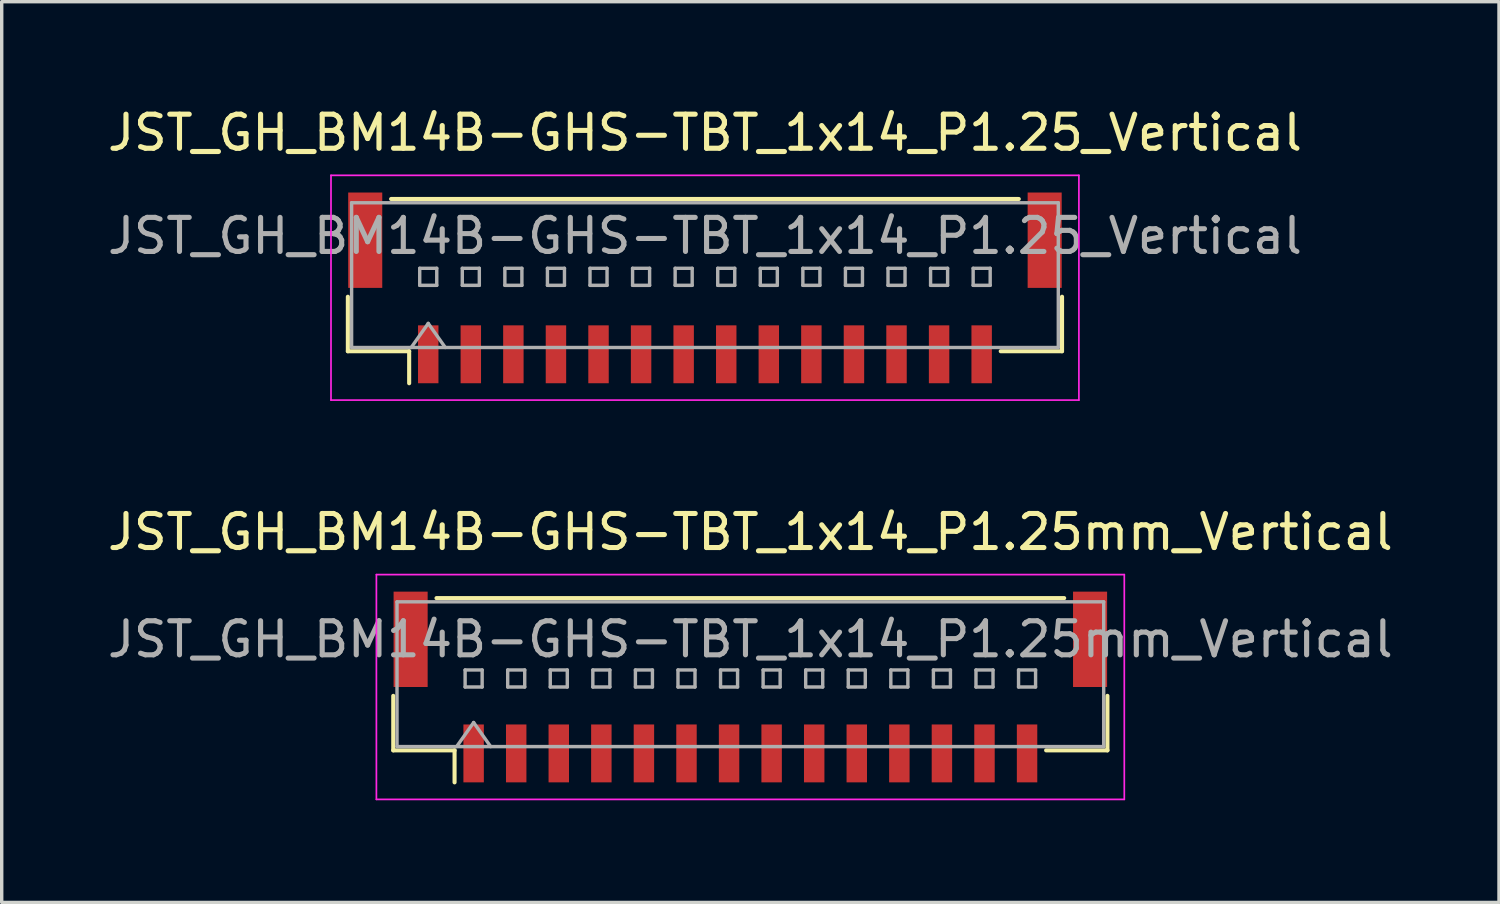
<source format=kicad_pcb>
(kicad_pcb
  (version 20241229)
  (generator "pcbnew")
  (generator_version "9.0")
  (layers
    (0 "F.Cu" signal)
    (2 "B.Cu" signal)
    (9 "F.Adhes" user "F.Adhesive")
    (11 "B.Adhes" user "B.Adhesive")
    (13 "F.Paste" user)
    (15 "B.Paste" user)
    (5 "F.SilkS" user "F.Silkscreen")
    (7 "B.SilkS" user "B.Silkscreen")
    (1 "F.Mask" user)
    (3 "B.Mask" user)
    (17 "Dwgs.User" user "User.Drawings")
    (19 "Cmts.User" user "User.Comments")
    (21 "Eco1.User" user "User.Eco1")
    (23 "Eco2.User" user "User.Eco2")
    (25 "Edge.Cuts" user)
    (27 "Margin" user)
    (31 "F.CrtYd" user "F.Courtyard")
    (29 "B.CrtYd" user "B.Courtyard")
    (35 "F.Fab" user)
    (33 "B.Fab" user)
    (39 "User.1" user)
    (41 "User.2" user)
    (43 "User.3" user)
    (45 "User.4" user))
  (footprint "JST_GH_BM14B-GHS-TBT_1x14_P1.25mm_Vertical"
    (layer "F.Cu")
    (at 18.982 17.122)
    (property "Reference" "JST_GH_BM14B-GHS-TBT_1x14_P1.25mm_Vertical" (at 0 -4.55 0) (layer "F.SilkS") (effects (font (size 1 1) (thickness 0.15))))
    (attr smd)
    (fp_line (start -10.485 0.26) (end -10.485 1.86) (stroke (width 0.12) (type solid)) (layer "F.SilkS"))
    (fp_line (start -10.485 1.86) (end -8.685 1.86) (stroke (width 0.12) (type solid)) (layer "F.SilkS"))
    (fp_line (start -9.215 -2.61) (end 9.215 -2.61) (stroke (width 0.12) (type solid)) (layer "F.SilkS"))
    (fp_line (start -8.685 1.86) (end -8.685 2.8) (stroke (width 0.12) (type solid)) (layer "F.SilkS"))
    (fp_line (start 10.485 0.26) (end 10.485 1.86) (stroke (width 0.12) (type solid)) (layer "F.SilkS"))
    (fp_line (start 10.485 1.86) (end 8.685 1.86) (stroke (width 0.12) (type solid)) (layer "F.SilkS"))
    (fp_line (start -10.98 -3.3) (end -10.98 3.3) (stroke (width 0.05) (type solid)) (layer "F.CrtYd"))
    (fp_line (start -10.98 3.3) (end 10.98 3.3) (stroke (width 0.05) (type solid)) (layer "F.CrtYd"))
    (fp_line (start 10.98 -3.3) (end -10.98 -3.3) (stroke (width 0.05) (type solid)) (layer "F.CrtYd"))
    (fp_line (start 10.98 3.3) (end 10.98 -3.3) (stroke (width 0.05) (type solid)) (layer "F.CrtYd"))
    (fp_line (start -10.375 -2.5) (end -10.375 1.75) (stroke (width 0.1) (type solid)) (layer "F.Fab"))
    (fp_line (start -10.375 1.75) (end 10.375 1.75) (stroke (width 0.1) (type solid)) (layer "F.Fab"))
    (fp_line (start -8.625 1.75) (end -8.125 1.043) (stroke (width 0.1) (type solid)) (layer "F.Fab"))
    (fp_line (start -8.375 -0.5) (end -8.375 0) (stroke (width 0.1) (type solid)) (layer "F.Fab"))
    (fp_line (start -8.375 0) (end -7.875 0) (stroke (width 0.1) (type solid)) (layer "F.Fab"))
    (fp_line (start -8.125 1.043) (end -7.625 1.75) (stroke (width 0.1) (type solid)) (layer "F.Fab"))
    (fp_line (start -7.875 -0.5) (end -8.375 -0.5) (stroke (width 0.1) (type solid)) (layer "F.Fab"))
    (fp_line (start -7.875 0) (end -7.875 -0.5) (stroke (width 0.1) (type solid)) (layer "F.Fab"))
    (fp_line (start -7.125 -0.5) (end -7.125 0) (stroke (width 0.1) (type solid)) (layer "F.Fab"))
    (fp_line (start -7.125 0) (end -6.625 0) (stroke (width 0.1) (type solid)) (layer "F.Fab"))
    (fp_line (start -6.625 -0.5) (end -7.125 -0.5) (stroke (width 0.1) (type solid)) (layer "F.Fab"))
    (fp_line (start -6.625 0) (end -6.625 -0.5) (stroke (width 0.1) (type solid)) (layer "F.Fab"))
    (fp_line (start -5.875 -0.5) (end -5.875 0) (stroke (width 0.1) (type solid)) (layer "F.Fab"))
    (fp_line (start -5.875 0) (end -5.375 0) (stroke (width 0.1) (type solid)) (layer "F.Fab"))
    (fp_line (start -5.375 -0.5) (end -5.875 -0.5) (stroke (width 0.1) (type solid)) (layer "F.Fab"))
    (fp_line (start -5.375 0) (end -5.375 -0.5) (stroke (width 0.1) (type solid)) (layer "F.Fab"))
    (fp_line (start -4.625 -0.5) (end -4.625 0) (stroke (width 0.1) (type solid)) (layer "F.Fab"))
    (fp_line (start -4.625 0) (end -4.125 0) (stroke (width 0.1) (type solid)) (layer "F.Fab"))
    (fp_line (start -4.125 -0.5) (end -4.625 -0.5) (stroke (width 0.1) (type solid)) (layer "F.Fab"))
    (fp_line (start -4.125 0) (end -4.125 -0.5) (stroke (width 0.1) (type solid)) (layer "F.Fab"))
    (fp_line (start -3.375 -0.5) (end -3.375 0) (stroke (width 0.1) (type solid)) (layer "F.Fab"))
    (fp_line (start -3.375 0) (end -2.875 0) (stroke (width 0.1) (type solid)) (layer "F.Fab"))
    (fp_line (start -2.875 -0.5) (end -3.375 -0.5) (stroke (width 0.1) (type solid)) (layer "F.Fab"))
    (fp_line (start -2.875 0) (end -2.875 -0.5) (stroke (width 0.1) (type solid)) (layer "F.Fab"))
    (fp_line (start -2.125 -0.5) (end -2.125 0) (stroke (width 0.1) (type solid)) (layer "F.Fab"))
    (fp_line (start -2.125 0) (end -1.625 0) (stroke (width 0.1) (type solid)) (layer "F.Fab"))
    (fp_line (start -1.625 -0.5) (end -2.125 -0.5) (stroke (width 0.1) (type solid)) (layer "F.Fab"))
    (fp_line (start -1.625 0) (end -1.625 -0.5) (stroke (width 0.1) (type solid)) (layer "F.Fab"))
    (fp_line (start -0.875 -0.5) (end -0.875 0) (stroke (width 0.1) (type solid)) (layer "F.Fab"))
    (fp_line (start -0.875 0) (end -0.375 0) (stroke (width 0.1) (type solid)) (layer "F.Fab"))
    (fp_line (start -0.375 -0.5) (end -0.875 -0.5) (stroke (width 0.1) (type solid)) (layer "F.Fab"))
    (fp_line (start -0.375 0) (end -0.375 -0.5) (stroke (width 0.1) (type solid)) (layer "F.Fab"))
    (fp_line (start 0.375 -0.5) (end 0.375 0) (stroke (width 0.1) (type solid)) (layer "F.Fab"))
    (fp_line (start 0.375 0) (end 0.875 0) (stroke (width 0.1) (type solid)) (layer "F.Fab"))
    (fp_line (start 0.875 -0.5) (end 0.375 -0.5) (stroke (width 0.1) (type solid)) (layer "F.Fab"))
    (fp_line (start 0.875 0) (end 0.875 -0.5) (stroke (width 0.1) (type solid)) (layer "F.Fab"))
    (fp_line (start 1.625 -0.5) (end 1.625 0) (stroke (width 0.1) (type solid)) (layer "F.Fab"))
    (fp_line (start 1.625 0) (end 2.125 0) (stroke (width 0.1) (type solid)) (layer "F.Fab"))
    (fp_line (start 2.125 -0.5) (end 1.625 -0.5) (stroke (width 0.1) (type solid)) (layer "F.Fab"))
    (fp_line (start 2.125 0) (end 2.125 -0.5) (stroke (width 0.1) (type solid)) (layer "F.Fab"))
    (fp_line (start 2.875 -0.5) (end 2.875 0) (stroke (width 0.1) (type solid)) (layer "F.Fab"))
    (fp_line (start 2.875 0) (end 3.375 0) (stroke (width 0.1) (type solid)) (layer "F.Fab"))
    (fp_line (start 3.375 -0.5) (end 2.875 -0.5) (stroke (width 0.1) (type solid)) (layer "F.Fab"))
    (fp_line (start 3.375 0) (end 3.375 -0.5) (stroke (width 0.1) (type solid)) (layer "F.Fab"))
    (fp_line (start 4.125 -0.5) (end 4.125 0) (stroke (width 0.1) (type solid)) (layer "F.Fab"))
    (fp_line (start 4.125 0) (end 4.625 0) (stroke (width 0.1) (type solid)) (layer "F.Fab"))
    (fp_line (start 4.625 -0.5) (end 4.125 -0.5) (stroke (width 0.1) (type solid)) (layer "F.Fab"))
    (fp_line (start 4.625 0) (end 4.625 -0.5) (stroke (width 0.1) (type solid)) (layer "F.Fab"))
    (fp_line (start 5.375 -0.5) (end 5.375 0) (stroke (width 0.1) (type solid)) (layer "F.Fab"))
    (fp_line (start 5.375 0) (end 5.875 0) (stroke (width 0.1) (type solid)) (layer "F.Fab"))
    (fp_line (start 5.875 -0.5) (end 5.375 -0.5) (stroke (width 0.1) (type solid)) (layer "F.Fab"))
    (fp_line (start 5.875 0) (end 5.875 -0.5) (stroke (width 0.1) (type solid)) (layer "F.Fab"))
    (fp_line (start 6.625 -0.5) (end 6.625 0) (stroke (width 0.1) (type solid)) (layer "F.Fab"))
    (fp_line (start 6.625 0) (end 7.125 0) (stroke (width 0.1) (type solid)) (layer "F.Fab"))
    (fp_line (start 7.125 -0.5) (end 6.625 -0.5) (stroke (width 0.1) (type solid)) (layer "F.Fab"))
    (fp_line (start 7.125 0) (end 7.125 -0.5) (stroke (width 0.1) (type solid)) (layer "F.Fab"))
    (fp_line (start 7.875 -0.5) (end 7.875 0) (stroke (width 0.1) (type solid)) (layer "F.Fab"))
    (fp_line (start 7.875 0) (end 8.375 0) (stroke (width 0.1) (type solid)) (layer "F.Fab"))
    (fp_line (start 8.375 -0.5) (end 7.875 -0.5) (stroke (width 0.1) (type solid)) (layer "F.Fab"))
    (fp_line (start 8.375 0) (end 8.375 -0.5) (stroke (width 0.1) (type solid)) (layer "F.Fab"))
    (fp_line (start 10.375 -2.5) (end -10.375 -2.5) (stroke (width 0.1) (type solid)) (layer "F.Fab"))
    (fp_line (start 10.375 1.75) (end 10.375 -2.5) (stroke (width 0.1) (type solid)) (layer "F.Fab"))
    (fp_text user "${REFERENCE}" (at 0 -1.4 0) (layer "F.Fab") (effects (font (size 1 1) (thickness 0.15))))
    (pad "" smd rect (at -9.975 -1.4) (size 1 2.8) (layers "F.Cu" "F.Mask" "F.Paste"))
    (pad "" smd rect (at 9.975 -1.4) (size 1 2.8) (layers "F.Cu" "F.Mask" "F.Paste"))
    (pad "1" smd rect (at -8.125 1.95) (size 0.6 1.7) (layers "F.Cu" "F.Mask" "F.Paste"))
    (pad "2" smd rect (at -6.875 1.95) (size 0.6 1.7) (layers "F.Cu" "F.Mask" "F.Paste"))
    (pad "3" smd rect (at -5.625 1.95) (size 0.6 1.7) (layers "F.Cu" "F.Mask" "F.Paste"))
    (pad "4" smd rect (at -4.375 1.95) (size 0.6 1.7) (layers "F.Cu" "F.Mask" "F.Paste"))
    (pad "5" smd rect (at -3.125 1.95) (size 0.6 1.7) (layers "F.Cu" "F.Mask" "F.Paste"))
    (pad "6" smd rect (at -1.875 1.95) (size 0.6 1.7) (layers "F.Cu" "F.Mask" "F.Paste"))
    (pad "7" smd rect (at -0.625 1.95) (size 0.6 1.7) (layers "F.Cu" "F.Mask" "F.Paste"))
    (pad "8" smd rect (at 0.625 1.95) (size 0.6 1.7) (layers "F.Cu" "F.Mask" "F.Paste"))
    (pad "9" smd rect (at 1.875 1.95) (size 0.6 1.7) (layers "F.Cu" "F.Mask" "F.Paste"))
    (pad "10" smd rect (at 3.125 1.95) (size 0.6 1.7) (layers "F.Cu" "F.Mask" "F.Paste"))
    (pad "11" smd rect (at 4.375 1.95) (size 0.6 1.7) (layers "F.Cu" "F.Mask" "F.Paste"))
    (pad "12" smd rect (at 5.625 1.95) (size 0.6 1.7) (layers "F.Cu" "F.Mask" "F.Paste"))
    (pad "13" smd rect (at 6.875 1.95) (size 0.6 1.7) (layers "F.Cu" "F.Mask" "F.Paste"))
    (pad "14" smd rect (at 8.125 1.95) (size 0.6 1.7) (layers "F.Cu" "F.Mask" "F.Paste")))
  (footprint "JST_GH_BM14B-GHS-TBT_1x14_P1.25_Vertical"
    (layer "F.Cu")
    (at 17.649 5.678)
    (property "Reference" "JST_GH_BM14B-GHS-TBT_1x14_P1.25_Vertical" (at 0 -4.83 0) (layer "F.SilkS") (effects (font (size 1 1) (thickness 0.15))))
    (attr smd)
    (fp_line (start -10.485 -0.015) (end -10.485 1.585) (stroke (width 0.12) (type solid)) (layer "F.SilkS"))
    (fp_line (start -10.485 1.585) (end -8.685 1.585) (stroke (width 0.12) (type solid)) (layer "F.SilkS"))
    (fp_line (start -9.215 -2.885) (end 9.215 -2.885) (stroke (width 0.12) (type solid)) (layer "F.SilkS"))
    (fp_line (start -8.685 1.585) (end -8.685 2.525) (stroke (width 0.12) (type solid)) (layer "F.SilkS"))
    (fp_line (start 10.485 -0.015) (end 10.485 1.585) (stroke (width 0.12) (type solid)) (layer "F.SilkS"))
    (fp_line (start 10.485 1.585) (end 8.685 1.585) (stroke (width 0.12) (type solid)) (layer "F.SilkS"))
    (fp_line (start -10.98 -3.58) (end -10.98 3.02) (stroke (width 0.05) (type solid)) (layer "F.CrtYd"))
    (fp_line (start -10.98 3.02) (end 10.98 3.02) (stroke (width 0.05) (type solid)) (layer "F.CrtYd"))
    (fp_line (start 10.98 -3.58) (end -10.98 -3.58) (stroke (width 0.05) (type solid)) (layer "F.CrtYd"))
    (fp_line (start 10.98 3.02) (end 10.98 -3.58) (stroke (width 0.05) (type solid)) (layer "F.CrtYd"))
    (fp_line (start -10.375 -2.775) (end -10.375 1.475) (stroke (width 0.1) (type solid)) (layer "F.Fab"))
    (fp_line (start -10.375 1.475) (end 10.375 1.475) (stroke (width 0.1) (type solid)) (layer "F.Fab"))
    (fp_line (start -8.625 1.475) (end -8.125 0.768) (stroke (width 0.1) (type solid)) (layer "F.Fab"))
    (fp_line (start -8.375 -0.85) (end -8.375 -0.35) (stroke (width 0.1) (type solid)) (layer "F.Fab"))
    (fp_line (start -8.375 -0.35) (end -7.875 -0.35) (stroke (width 0.1) (type solid)) (layer "F.Fab"))
    (fp_line (start -8.125 0.768) (end -7.625 1.475) (stroke (width 0.1) (type solid)) (layer "F.Fab"))
    (fp_line (start -7.875 -0.85) (end -8.375 -0.85) (stroke (width 0.1) (type solid)) (layer "F.Fab"))
    (fp_line (start -7.875 -0.35) (end -7.875 -0.85) (stroke (width 0.1) (type solid)) (layer "F.Fab"))
    (fp_line (start -7.125 -0.85) (end -7.125 -0.35) (stroke (width 0.1) (type solid)) (layer "F.Fab"))
    (fp_line (start -7.125 -0.35) (end -6.625 -0.35) (stroke (width 0.1) (type solid)) (layer "F.Fab"))
    (fp_line (start -6.625 -0.85) (end -7.125 -0.85) (stroke (width 0.1) (type solid)) (layer "F.Fab"))
    (fp_line (start -6.625 -0.35) (end -6.625 -0.85) (stroke (width 0.1) (type solid)) (layer "F.Fab"))
    (fp_line (start -5.875 -0.85) (end -5.875 -0.35) (stroke (width 0.1) (type solid)) (layer "F.Fab"))
    (fp_line (start -5.875 -0.35) (end -5.375 -0.35) (stroke (width 0.1) (type solid)) (layer "F.Fab"))
    (fp_line (start -5.375 -0.85) (end -5.875 -0.85) (stroke (width 0.1) (type solid)) (layer "F.Fab"))
    (fp_line (start -5.375 -0.35) (end -5.375 -0.85) (stroke (width 0.1) (type solid)) (layer "F.Fab"))
    (fp_line (start -4.625 -0.85) (end -4.625 -0.35) (stroke (width 0.1) (type solid)) (layer "F.Fab"))
    (fp_line (start -4.625 -0.35) (end -4.125 -0.35) (stroke (width 0.1) (type solid)) (layer "F.Fab"))
    (fp_line (start -4.125 -0.85) (end -4.625 -0.85) (stroke (width 0.1) (type solid)) (layer "F.Fab"))
    (fp_line (start -4.125 -0.35) (end -4.125 -0.85) (stroke (width 0.1) (type solid)) (layer "F.Fab"))
    (fp_line (start -3.375 -0.85) (end -3.375 -0.35) (stroke (width 0.1) (type solid)) (layer "F.Fab"))
    (fp_line (start -3.375 -0.35) (end -2.875 -0.35) (stroke (width 0.1) (type solid)) (layer "F.Fab"))
    (fp_line (start -2.875 -0.85) (end -3.375 -0.85) (stroke (width 0.1) (type solid)) (layer "F.Fab"))
    (fp_line (start -2.875 -0.35) (end -2.875 -0.85) (stroke (width 0.1) (type solid)) (layer "F.Fab"))
    (fp_line (start -2.125 -0.85) (end -2.125 -0.35) (stroke (width 0.1) (type solid)) (layer "F.Fab"))
    (fp_line (start -2.125 -0.35) (end -1.625 -0.35) (stroke (width 0.1) (type solid)) (layer "F.Fab"))
    (fp_line (start -1.625 -0.85) (end -2.125 -0.85) (stroke (width 0.1) (type solid)) (layer "F.Fab"))
    (fp_line (start -1.625 -0.35) (end -1.625 -0.85) (stroke (width 0.1) (type solid)) (layer "F.Fab"))
    (fp_line (start -0.875 -0.85) (end -0.875 -0.35) (stroke (width 0.1) (type solid)) (layer "F.Fab"))
    (fp_line (start -0.875 -0.35) (end -0.375 -0.35) (stroke (width 0.1) (type solid)) (layer "F.Fab"))
    (fp_line (start -0.375 -0.85) (end -0.875 -0.85) (stroke (width 0.1) (type solid)) (layer "F.Fab"))
    (fp_line (start -0.375 -0.35) (end -0.375 -0.85) (stroke (width 0.1) (type solid)) (layer "F.Fab"))
    (fp_line (start 0.375 -0.85) (end 0.375 -0.35) (stroke (width 0.1) (type solid)) (layer "F.Fab"))
    (fp_line (start 0.375 -0.35) (end 0.875 -0.35) (stroke (width 0.1) (type solid)) (layer "F.Fab"))
    (fp_line (start 0.875 -0.85) (end 0.375 -0.85) (stroke (width 0.1) (type solid)) (layer "F.Fab"))
    (fp_line (start 0.875 -0.35) (end 0.875 -0.85) (stroke (width 0.1) (type solid)) (layer "F.Fab"))
    (fp_line (start 1.625 -0.85) (end 1.625 -0.35) (stroke (width 0.1) (type solid)) (layer "F.Fab"))
    (fp_line (start 1.625 -0.35) (end 2.125 -0.35) (stroke (width 0.1) (type solid)) (layer "F.Fab"))
    (fp_line (start 2.125 -0.85) (end 1.625 -0.85) (stroke (width 0.1) (type solid)) (layer "F.Fab"))
    (fp_line (start 2.125 -0.35) (end 2.125 -0.85) (stroke (width 0.1) (type solid)) (layer "F.Fab"))
    (fp_line (start 2.875 -0.85) (end 2.875 -0.35) (stroke (width 0.1) (type solid)) (layer "F.Fab"))
    (fp_line (start 2.875 -0.35) (end 3.375 -0.35) (stroke (width 0.1) (type solid)) (layer "F.Fab"))
    (fp_line (start 3.375 -0.85) (end 2.875 -0.85) (stroke (width 0.1) (type solid)) (layer "F.Fab"))
    (fp_line (start 3.375 -0.35) (end 3.375 -0.85) (stroke (width 0.1) (type solid)) (layer "F.Fab"))
    (fp_line (start 4.125 -0.85) (end 4.125 -0.35) (stroke (width 0.1) (type solid)) (layer "F.Fab"))
    (fp_line (start 4.125 -0.35) (end 4.625 -0.35) (stroke (width 0.1) (type solid)) (layer "F.Fab"))
    (fp_line (start 4.625 -0.85) (end 4.125 -0.85) (stroke (width 0.1) (type solid)) (layer "F.Fab"))
    (fp_line (start 4.625 -0.35) (end 4.625 -0.85) (stroke (width 0.1) (type solid)) (layer "F.Fab"))
    (fp_line (start 5.375 -0.85) (end 5.375 -0.35) (stroke (width 0.1) (type solid)) (layer "F.Fab"))
    (fp_line (start 5.375 -0.35) (end 5.875 -0.35) (stroke (width 0.1) (type solid)) (layer "F.Fab"))
    (fp_line (start 5.875 -0.85) (end 5.375 -0.85) (stroke (width 0.1) (type solid)) (layer "F.Fab"))
    (fp_line (start 5.875 -0.35) (end 5.875 -0.85) (stroke (width 0.1) (type solid)) (layer "F.Fab"))
    (fp_line (start 6.625 -0.85) (end 6.625 -0.35) (stroke (width 0.1) (type solid)) (layer "F.Fab"))
    (fp_line (start 6.625 -0.35) (end 7.125 -0.35) (stroke (width 0.1) (type solid)) (layer "F.Fab"))
    (fp_line (start 7.125 -0.85) (end 6.625 -0.85) (stroke (width 0.1) (type solid)) (layer "F.Fab"))
    (fp_line (start 7.125 -0.35) (end 7.125 -0.85) (stroke (width 0.1) (type solid)) (layer "F.Fab"))
    (fp_line (start 7.875 -0.85) (end 7.875 -0.35) (stroke (width 0.1) (type solid)) (layer "F.Fab"))
    (fp_line (start 7.875 -0.35) (end 8.375 -0.35) (stroke (width 0.1) (type solid)) (layer "F.Fab"))
    (fp_line (start 8.375 -0.85) (end 7.875 -0.85) (stroke (width 0.1) (type solid)) (layer "F.Fab"))
    (fp_line (start 8.375 -0.35) (end 8.375 -0.85) (stroke (width 0.1) (type solid)) (layer "F.Fab"))
    (fp_line (start 10.375 -2.775) (end -10.375 -2.775) (stroke (width 0.1) (type solid)) (layer "F.Fab"))
    (fp_line (start 10.375 1.475) (end 10.375 -2.775) (stroke (width 0.1) (type solid)) (layer "F.Fab"))
    (fp_text user "${REFERENCE}" (at 0 -1.8 0) (layer "F.Fab") (effects (font (size 1 1) (thickness 0.15))))
    (pad "" smd rect (at -9.975 -1.675) (size 1 2.8) (layers "F.Cu" "F.Mask" "F.Paste"))
    (pad "" smd rect (at 9.975 -1.675) (size 1 2.8) (layers "F.Cu" "F.Mask" "F.Paste"))
    (pad "1" smd rect (at -8.125 1.675) (size 0.6 1.7) (layers "F.Cu" "F.Mask" "F.Paste"))
    (pad "2" smd rect (at -6.875 1.675) (size 0.6 1.7) (layers "F.Cu" "F.Mask" "F.Paste"))
    (pad "3" smd rect (at -5.625 1.675) (size 0.6 1.7) (layers "F.Cu" "F.Mask" "F.Paste"))
    (pad "4" smd rect (at -4.375 1.675) (size 0.6 1.7) (layers "F.Cu" "F.Mask" "F.Paste"))
    (pad "5" smd rect (at -3.125 1.675) (size 0.6 1.7) (layers "F.Cu" "F.Mask" "F.Paste"))
    (pad "6" smd rect (at -1.875 1.675) (size 0.6 1.7) (layers "F.Cu" "F.Mask" "F.Paste"))
    (pad "7" smd rect (at -0.625 1.675) (size 0.6 1.7) (layers "F.Cu" "F.Mask" "F.Paste"))
    (pad "8" smd rect (at 0.625 1.675) (size 0.6 1.7) (layers "F.Cu" "F.Mask" "F.Paste"))
    (pad "9" smd rect (at 1.875 1.675) (size 0.6 1.7) (layers "F.Cu" "F.Mask" "F.Paste"))
    (pad "10" smd rect (at 3.125 1.675) (size 0.6 1.7) (layers "F.Cu" "F.Mask" "F.Paste"))
    (pad "11" smd rect (at 4.375 1.675) (size 0.6 1.7) (layers "F.Cu" "F.Mask" "F.Paste"))
    (pad "12" smd rect (at 5.625 1.675) (size 0.6 1.7) (layers "F.Cu" "F.Mask" "F.Paste"))
    (pad "13" smd rect (at 6.875 1.675) (size 0.6 1.7) (layers "F.Cu" "F.Mask" "F.Paste"))
    (pad "14" smd rect (at 8.125 1.675) (size 0.6 1.7) (layers "F.Cu" "F.Mask" "F.Paste")))
  (gr_rect
    (start -3 -3)
    (end 40.964 23.447)
    (stroke (width 0.1) (type default))
    (fill no)
    (layer "Edge.Cuts")))
</source>
